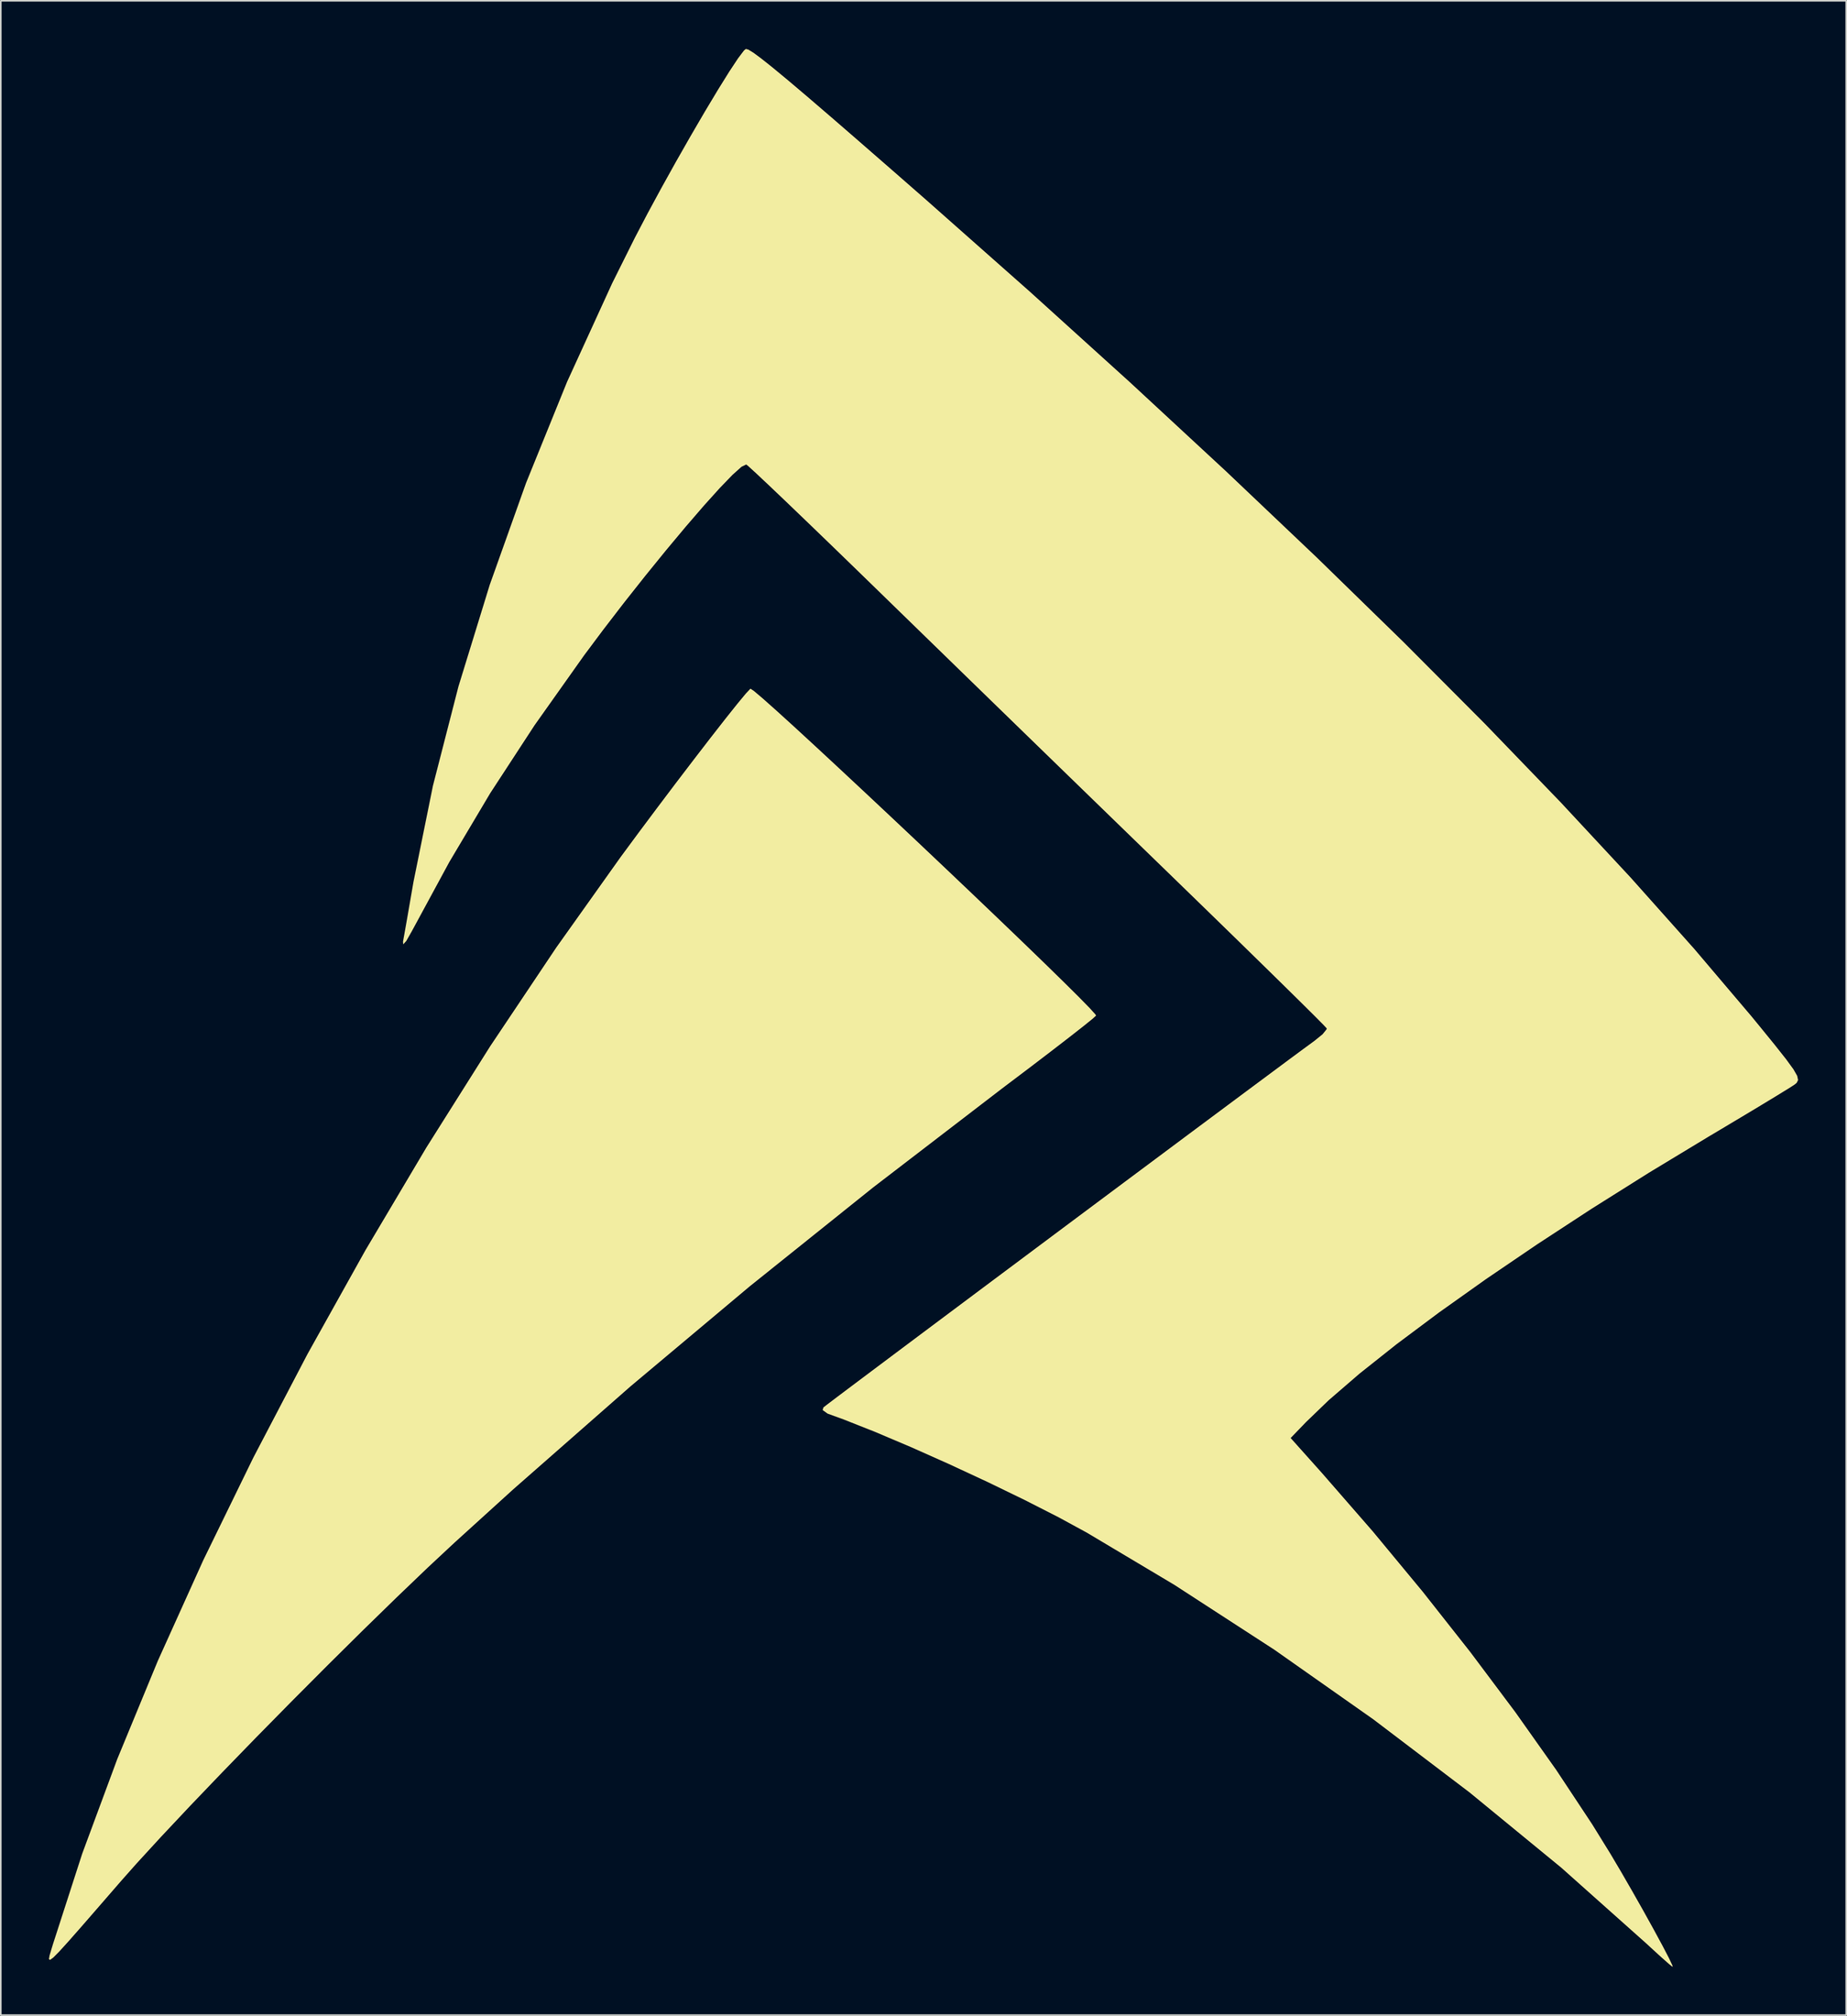
<source format=kicad_pcb>
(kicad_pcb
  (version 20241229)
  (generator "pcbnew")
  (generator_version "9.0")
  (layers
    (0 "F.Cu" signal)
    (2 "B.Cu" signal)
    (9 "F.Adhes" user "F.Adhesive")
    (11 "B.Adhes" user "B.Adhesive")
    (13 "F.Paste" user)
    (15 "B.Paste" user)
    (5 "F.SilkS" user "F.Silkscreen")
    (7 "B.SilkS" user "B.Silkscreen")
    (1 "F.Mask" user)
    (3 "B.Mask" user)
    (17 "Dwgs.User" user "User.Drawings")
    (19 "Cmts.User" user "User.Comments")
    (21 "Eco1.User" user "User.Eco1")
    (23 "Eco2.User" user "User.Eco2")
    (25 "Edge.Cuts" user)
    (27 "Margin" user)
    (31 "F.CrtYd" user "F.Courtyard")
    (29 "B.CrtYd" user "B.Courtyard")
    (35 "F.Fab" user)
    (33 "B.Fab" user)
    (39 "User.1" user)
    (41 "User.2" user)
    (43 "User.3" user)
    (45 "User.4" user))
  (footprint "Company Logo"
    (layer "F.Cu")
    (at 54.523 59.714)
    (property "Reference" "Company Logo" (at 0 0 0) (layer "F.SilkS") (effects (font (size 1.5 1.5) (thickness 0.3))))
    (attr board_only exclude_from_pos_files exclude_from_bom)
    (fp_poly (pts (xy -10.592 -19.716) (xy -10.043 -19.251) (xy -9.206 -18.507) (xy -8.119 -17.52) (xy -6.825 -16.329) (xy -5.362 -14.972) (xy -3.771 -13.487) (xy -2.092 -11.912) (xy -0.365 -10.285) (xy 1.368 -8.644) (xy 3.07 -7.026) (xy 4.698 -5.471) (xy 6.213 -4.016) (xy 7.574 -2.699) (xy 8.742 -1.557) (xy 9.676 -0.63) (xy 10.336 0.045) (xy 10.682 0.429) (xy 10.724 0.503) (xy 10.507 0.702) (xy 9.931 1.166) (xy 9.05 1.856) (xy 7.916 2.73) (xy 6.583 3.747) (xy 5.102 4.865) (xy 4.875 5.037) (xy -3.174 11.213) (xy -10.852 17.365) (xy -18.282 23.597) (xy -25.591 30.013) (xy -29.243 33.327) (xy -30.935 34.905) (xy -32.855 36.744) (xy -34.943 38.78) (xy -37.137 40.953) (xy -39.375 43.198) (xy -41.595 45.453) (xy -43.735 47.656) (xy -45.734 49.743) (xy -47.529 51.652) (xy -49.06 53.321) (xy -50.01 54.392) (xy -51.401 55.995) (xy -52.487 57.244) (xy -53.302 58.17) (xy -53.879 58.806) (xy -54.252 59.182) (xy -54.456 59.33) (xy -54.523 59.281) (xy -54.488 59.067) (xy -54.385 58.719) (xy -54.27 58.34) (xy -52.453 52.719) (xy -50.269 46.825) (xy -47.744 40.711) (xy -44.908 34.431) (xy -41.788 28.039) (xy -38.412 21.587) (xy -34.808 15.129) (xy -31.004 8.719) (xy -27.028 2.411) (xy -22.907 -3.743) (xy -18.908 -9.365) (xy -17.791 -10.878) (xy -16.626 -12.436) (xy -15.458 -13.984) (xy -14.329 -15.463) (xy -13.285 -16.818) (xy -12.368 -17.992) (xy -11.622 -18.927) (xy -11.091 -19.568) (xy -10.819 -19.856) (xy -10.811 -19.862)) (stroke (width 0) (type solid)) (fill yes) (layer "F.SilkS"))
    (fp_poly (pts (xy -10.943 -59.674) (xy -10.628 -59.48) (xy -10.128 -59.111) (xy -9.419 -58.546) (xy -8.474 -57.764) (xy -7.269 -56.744) (xy -5.778 -55.463) (xy -3.975 -53.9) (xy -1.834 -52.035) (xy 0.128 -50.319) (xy 6.608 -44.585) (xy 12.845 -38.94) (xy 18.82 -33.406) (xy 24.511 -28.002) (xy 29.898 -22.749) (xy 34.96 -17.668) (xy 39.677 -12.779) (xy 44.027 -8.103) (xy 47.99 -3.66) (xy 51.545 0.528) (xy 52.029 1.118) (xy 53.024 2.34) (xy 53.727 3.23) (xy 54.177 3.848) (xy 54.411 4.257) (xy 54.466 4.518) (xy 54.379 4.693) (xy 54.249 4.8) (xy 53.888 5.033) (xy 53.156 5.483) (xy 52.127 6.107) (xy 50.871 6.861) (xy 49.461 7.703) (xy 48.876 8.051) (xy 45.18 10.287) (xy 41.611 12.53) (xy 38.211 14.751) (xy 35.022 16.918) (xy 32.087 19.003) (xy 29.446 20.976) (xy 27.141 22.806) (xy 25.216 24.466) (xy 23.804 25.827) (xy 22.848 26.818) (xy 24.796 28.996) (xy 27.968 32.637) (xy 31.072 36.385) (xy 34.05 40.161) (xy 36.843 43.888) (xy 39.392 47.489) (xy 41.639 50.885) (xy 42.776 52.724) (xy 43.446 53.857) (xy 44.149 55.076) (xy 44.842 56.3) (xy 45.48 57.452) (xy 46.021 58.451) (xy 46.421 59.218) (xy 46.636 59.675) (xy 46.654 59.768) (xy 46.439 59.6) (xy 45.945 59.164) (xy 45.265 58.543) (xy 45.027 58.322) (xy 39.712 53.585) (xy 33.998 48.898) (xy 27.999 44.343) (xy 21.827 40.003) (xy 15.595 35.961) (xy 10.159 32.72) (xy 8.382 31.752) (xy 6.279 30.681) (xy 3.969 29.56) (xy 1.567 28.444) (xy -0.809 27.385) (xy -3.041 26.439) (xy -5.012 25.659) (xy -6.008 25.297) (xy -6.314 25.077) (xy -6.265 24.911) (xy -6.023 24.724) (xy -5.41 24.26) (xy -4.463 23.548) (xy -3.224 22.619) (xy -1.732 21.501) (xy -0.026 20.224) (xy 1.855 18.818) (xy 3.871 17.311) (xy 5.982 15.735) (xy 8.148 14.117) (xy 10.331 12.488) (xy 12.491 10.877) (xy 14.588 9.314) (xy 16.582 7.827) (xy 18.435 6.448) (xy 20.106 5.204) (xy 21.557 4.126) (xy 22.746 3.243) (xy 23.636 2.585) (xy 24.187 2.181) (xy 24.322 2.083) (xy 24.836 1.667) (xy 25.088 1.354) (xy 25.092 1.297) (xy 24.898 1.087) (xy 24.37 0.554) (xy 23.542 -0.268) (xy 22.447 -1.346) (xy 21.122 -2.646) (xy 19.599 -4.135) (xy 17.913 -5.778) (xy 16.098 -7.542) (xy 15.266 -8.35) (xy 13.03 -10.52) (xy 10.601 -12.879) (xy 8.062 -15.345) (xy 5.499 -17.836) (xy 2.997 -20.269) (xy 0.641 -22.562) (xy -1.485 -24.631) (xy -2.658 -25.773) (xy -4.36 -27.429) (xy -5.953 -28.973) (xy -7.399 -30.367) (xy -8.659 -31.576) (xy -9.695 -32.562) (xy -10.469 -33.289) (xy -10.942 -33.721) (xy -11.076 -33.829) (xy -11.369 -33.686) (xy -11.932 -33.182) (xy -12.722 -32.363) (xy -13.701 -31.278) (xy -14.827 -29.973) (xy -16.061 -28.497) (xy -17.36 -26.898) (xy -18.687 -25.222) (xy -19.998 -23.517) (xy -21.179 -21.936) (xy -24.262 -17.587) (xy -27.024 -13.356) (xy -29.57 -9.074) (xy -31.916 -4.746) (xy -32.259 -4.143) (xy -32.448 -3.935) (xy -32.461 -4.105) (xy -32.371 -4.604) (xy -32.216 -5.483) (xy -32.019 -6.616) (xy -31.809 -7.825) (xy -30.598 -13.809) (xy -29.005 -20.006) (xy -27.059 -26.327) (xy -24.793 -32.681) (xy -22.238 -38.978) (xy -19.423 -45.129) (xy -18.008 -47.967) (xy -17.221 -49.469) (xy -16.354 -51.069) (xy -15.445 -52.703) (xy -14.531 -54.306) (xy -13.651 -55.814) (xy -12.841 -57.164) (xy -12.14 -58.29) (xy -11.585 -59.13) (xy -11.215 -59.618) (xy -11.101 -59.714)) (stroke (width 0) (type solid)) (fill yes) (layer "F.SilkS")))
  (gr_rect
    (start -3 -3)
    (end 111.989 122.482)
    (stroke (width 0.1) (type default))
    (fill no)
    (layer "Edge.Cuts")))
</source>
